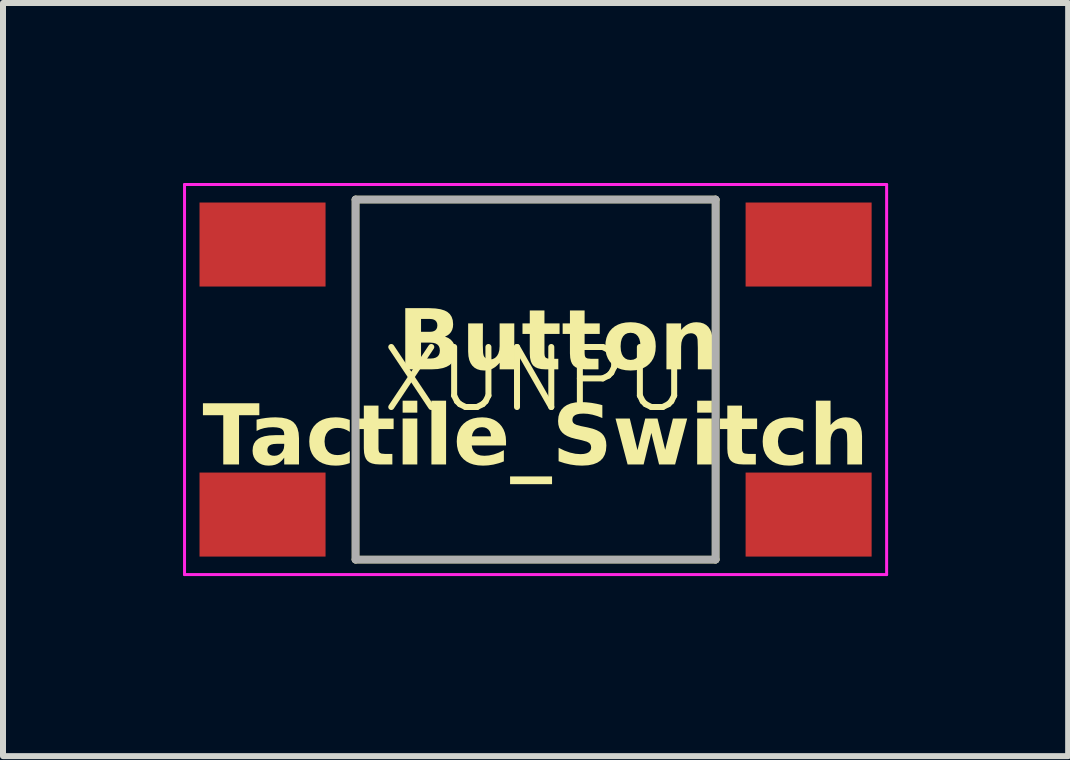
<source format=kicad_pcb>
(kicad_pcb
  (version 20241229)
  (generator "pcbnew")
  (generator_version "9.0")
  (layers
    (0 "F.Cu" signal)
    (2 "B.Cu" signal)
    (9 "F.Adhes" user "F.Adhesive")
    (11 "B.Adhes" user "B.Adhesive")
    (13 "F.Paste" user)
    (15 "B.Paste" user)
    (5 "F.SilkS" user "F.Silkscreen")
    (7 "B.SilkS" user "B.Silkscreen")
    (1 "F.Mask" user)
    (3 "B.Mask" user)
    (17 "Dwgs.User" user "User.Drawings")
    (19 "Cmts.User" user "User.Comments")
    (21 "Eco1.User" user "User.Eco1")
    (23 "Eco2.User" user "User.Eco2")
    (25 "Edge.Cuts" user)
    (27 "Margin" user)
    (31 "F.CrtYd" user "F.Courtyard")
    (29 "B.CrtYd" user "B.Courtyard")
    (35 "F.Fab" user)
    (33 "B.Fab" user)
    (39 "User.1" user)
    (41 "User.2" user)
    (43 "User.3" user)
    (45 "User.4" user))
  (footprint "Tactile_Switch"
    (layer "F.Cu")
    (at 5.875 3.275)
    (property "Reference" "Tactile_Switch" (at 0 1 0) (layer "F.SilkS") (effects (font (face "Segoe UI This") (size 1 1) (thickness 0.2) (bold yes))))
    (property "Manufacturer" "XUNPU" (at 0 0 0) (unlocked yes) (layer "F.SilkS") (effects (font (size 1 1) (thickness 0.1))))
    (attr smd)
    (fp_line (start -3 -3) (end -3 3) (stroke (width 0.127) (type solid)) (layer "F.SilkS"))
    (fp_line (start -3 3) (end 3 3) (stroke (width 0.127) (type solid)) (layer "F.SilkS"))
    (fp_line (start 3 -3) (end -3 -3) (stroke (width 0.127) (type solid)) (layer "F.SilkS"))
    (fp_line (start 3 3) (end 3 -3) (stroke (width 0.127) (type solid)) (layer "F.SilkS"))
    (fp_line (start -5.85 -3.25) (end -5.85 3.25) (stroke (width 0.05) (type solid)) (layer "F.CrtYd"))
    (fp_line (start -5.85 3.25) (end 5.85 3.25) (stroke (width 0.05) (type solid)) (layer "F.CrtYd"))
    (fp_line (start 5.85 -3.25) (end -5.85 -3.25) (stroke (width 0.05) (type solid)) (layer "F.CrtYd"))
    (fp_line (start 5.85 3.25) (end 5.85 -3.25) (stroke (width 0.05) (type solid)) (layer "F.CrtYd"))
    (fp_line (start -3 -3) (end -3 3) (stroke (width 0.127) (type solid)) (layer "F.Fab"))
    (fp_line (start -3 3) (end 3 3) (stroke (width 0.127) (type solid)) (layer "F.Fab"))
    (fp_line (start 3 -3) (end -3 -3) (stroke (width 0.127) (type solid)) (layer "F.Fab"))
    (fp_line (start 3 3) (end 3 -3) (stroke (width 0.127) (type solid)) (layer "F.Fab"))
    (fp_text user "Button" (at -2.3 0 0) (unlocked yes) (layer "F.SilkS") (effects (font (face "Segoe UI This") (size 1 1) (thickness 0.2) (bold yes)) (justify left bottom)))
    (pad "1" smd rect (at -4.55 -2.25) (size 2.1 1.4) (layers "F.Cu" "F.Mask" "F.Paste"))
    (pad "2" smd rect (at -4.55 2.25) (size 2.1 1.4) (layers "F.Cu" "F.Mask" "F.Paste"))
    (pad "3" smd rect (at 4.55 -2.25) (size 2.1 1.4) (layers "F.Cu" "F.Mask" "F.Paste"))
    (pad "4" smd rect (at 4.55 2.25) (size 2.1 1.4) (layers "F.Cu" "F.Mask" "F.Paste")))
  (gr_rect
    (start -3 -3)
    (end 14.75 9.55)
    (stroke (width 0.1) (type default))
    (fill no)
    (layer "Edge.Cuts")))
</source>
